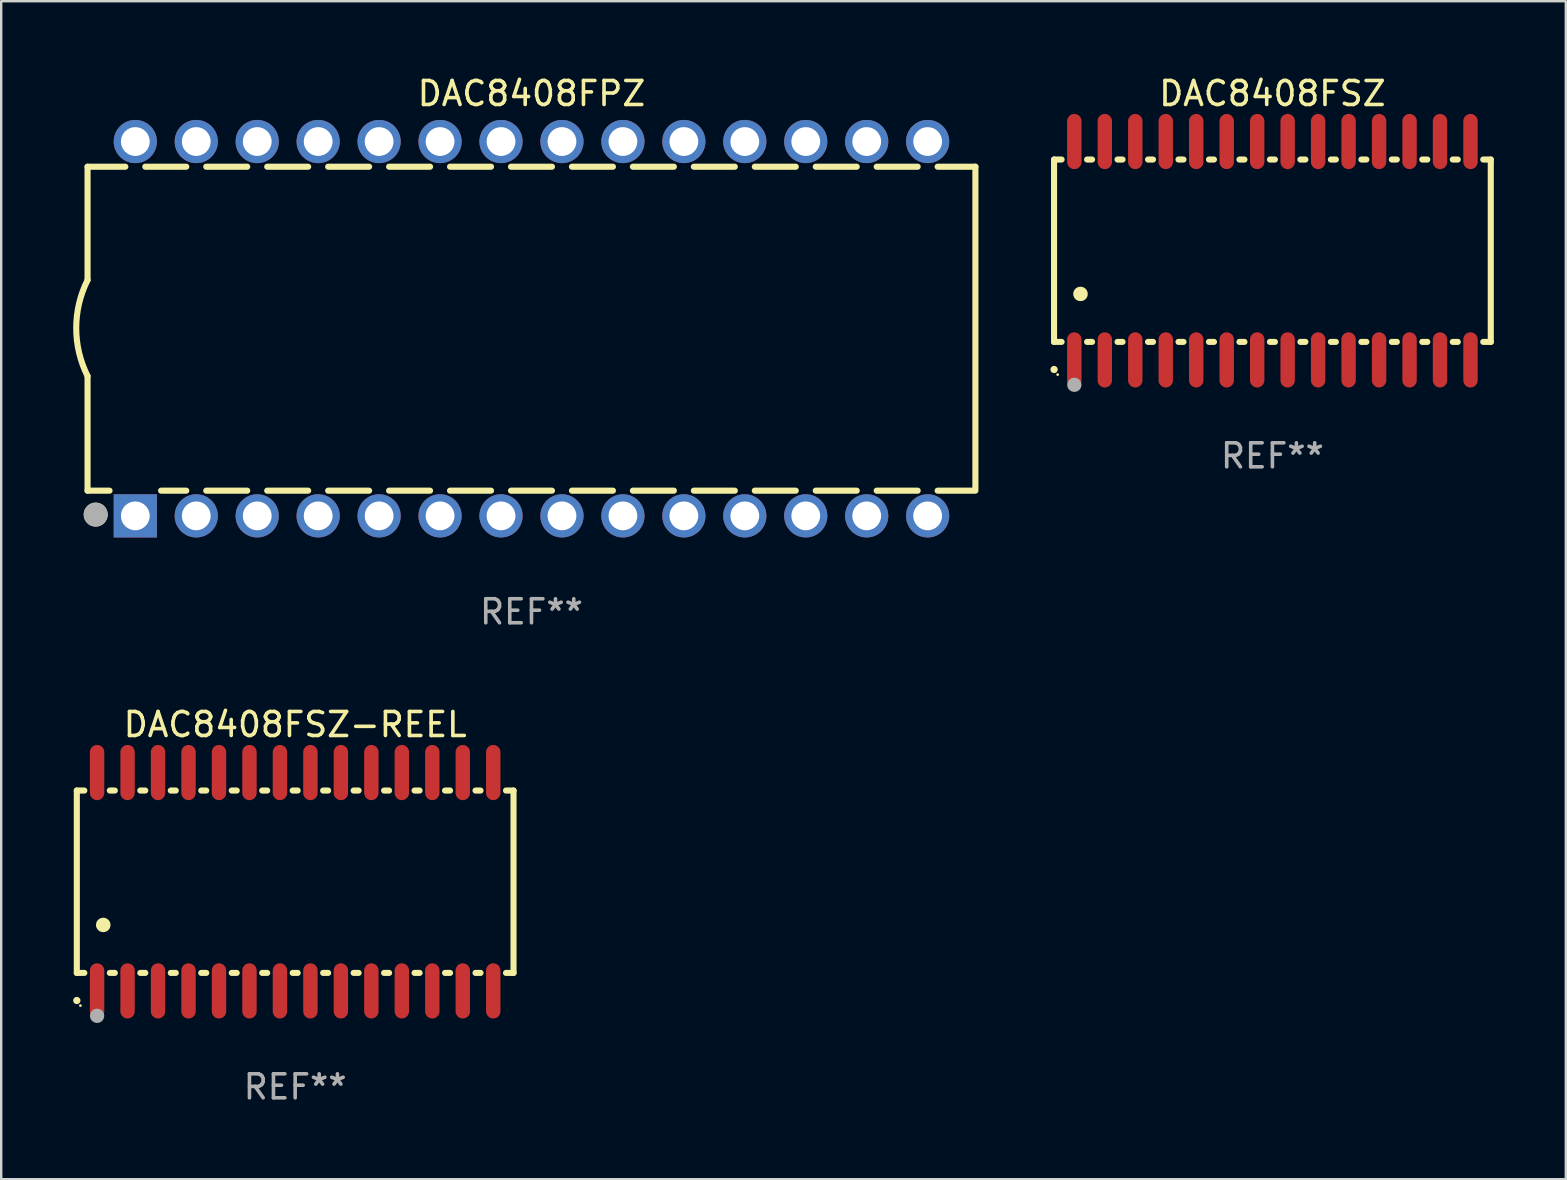
<source format=kicad_pcb>
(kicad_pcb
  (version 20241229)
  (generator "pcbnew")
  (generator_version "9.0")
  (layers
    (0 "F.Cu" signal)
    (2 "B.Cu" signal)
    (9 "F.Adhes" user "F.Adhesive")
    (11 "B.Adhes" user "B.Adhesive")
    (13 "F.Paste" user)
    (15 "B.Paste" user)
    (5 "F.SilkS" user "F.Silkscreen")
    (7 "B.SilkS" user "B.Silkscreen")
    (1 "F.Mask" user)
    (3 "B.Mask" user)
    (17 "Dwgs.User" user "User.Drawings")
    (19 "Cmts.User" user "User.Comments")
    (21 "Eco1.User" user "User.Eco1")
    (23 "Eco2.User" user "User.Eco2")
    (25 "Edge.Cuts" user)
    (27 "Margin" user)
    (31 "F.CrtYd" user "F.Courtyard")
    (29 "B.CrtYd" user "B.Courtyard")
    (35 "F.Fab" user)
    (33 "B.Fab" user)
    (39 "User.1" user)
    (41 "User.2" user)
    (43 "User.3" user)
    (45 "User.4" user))
  (footprint "DAC8408FSZ"
    (layer "F.Cu")
    (at 49.977 7.398)
    (property "Reference" "DAC8408FSZ" (at 0 -6.55 0) (layer "F.SilkS") (effects (font (size 1 1) (thickness 0.15))))
    (attr through_hole)
    (fp_line (start -9.1 -3.8) (end -9.1 3.8) (stroke (width 0.254) (type solid)) (layer "F.SilkS"))
    (fp_line (start -9.1 -3.8) (end -8.786 -3.8) (stroke (width 0.254) (type solid)) (layer "F.SilkS"))
    (fp_line (start -9.1 3.8) (end -8.786 3.8) (stroke (width 0.254) (type solid)) (layer "F.SilkS"))
    (fp_line (start -7.724 -3.8) (end -7.516 -3.8) (stroke (width 0.254) (type solid)) (layer "F.SilkS"))
    (fp_line (start -7.724 3.8) (end -7.516 3.8) (stroke (width 0.254) (type solid)) (layer "F.SilkS"))
    (fp_line (start -6.454 -3.8) (end -6.246 -3.8) (stroke (width 0.254) (type solid)) (layer "F.SilkS"))
    (fp_line (start -6.454 3.8) (end -6.246 3.8) (stroke (width 0.254) (type solid)) (layer "F.SilkS"))
    (fp_line (start -5.184 -3.8) (end -4.976 -3.8) (stroke (width 0.254) (type solid)) (layer "F.SilkS"))
    (fp_line (start -5.184 3.8) (end -4.976 3.8) (stroke (width 0.254) (type solid)) (layer "F.SilkS"))
    (fp_line (start -3.914 -3.8) (end -3.706 -3.8) (stroke (width 0.254) (type solid)) (layer "F.SilkS"))
    (fp_line (start -3.914 3.8) (end -3.706 3.8) (stroke (width 0.254) (type solid)) (layer "F.SilkS"))
    (fp_line (start -2.644 -3.8) (end -2.436 -3.8) (stroke (width 0.254) (type solid)) (layer "F.SilkS"))
    (fp_line (start -2.644 3.8) (end -2.436 3.8) (stroke (width 0.254) (type solid)) (layer "F.SilkS"))
    (fp_line (start -1.374 -3.8) (end -1.166 -3.8) (stroke (width 0.254) (type solid)) (layer "F.SilkS"))
    (fp_line (start -1.374 3.8) (end -1.166 3.8) (stroke (width 0.254) (type solid)) (layer "F.SilkS"))
    (fp_line (start -0.104 -3.8) (end 0.104 -3.8) (stroke (width 0.254) (type solid)) (layer "F.SilkS"))
    (fp_line (start -0.104 3.8) (end 0.104 3.8) (stroke (width 0.254) (type solid)) (layer "F.SilkS"))
    (fp_line (start 1.166 -3.8) (end 1.374 -3.8) (stroke (width 0.254) (type solid)) (layer "F.SilkS"))
    (fp_line (start 1.166 3.8) (end 1.374 3.8) (stroke (width 0.254) (type solid)) (layer "F.SilkS"))
    (fp_line (start 2.436 -3.8) (end 2.644 -3.8) (stroke (width 0.254) (type solid)) (layer "F.SilkS"))
    (fp_line (start 2.436 3.8) (end 2.644 3.8) (stroke (width 0.254) (type solid)) (layer "F.SilkS"))
    (fp_line (start 3.706 -3.8) (end 3.914 -3.8) (stroke (width 0.254) (type solid)) (layer "F.SilkS"))
    (fp_line (start 3.706 3.8) (end 3.914 3.8) (stroke (width 0.254) (type solid)) (layer "F.SilkS"))
    (fp_line (start 4.976 -3.8) (end 5.184 -3.8) (stroke (width 0.254) (type solid)) (layer "F.SilkS"))
    (fp_line (start 4.976 3.8) (end 5.184 3.8) (stroke (width 0.254) (type solid)) (layer "F.SilkS"))
    (fp_line (start 6.246 -3.8) (end 6.454 -3.8) (stroke (width 0.254) (type solid)) (layer "F.SilkS"))
    (fp_line (start 6.246 3.8) (end 6.454 3.8) (stroke (width 0.254) (type solid)) (layer "F.SilkS"))
    (fp_line (start 7.516 -3.8) (end 7.724 -3.8) (stroke (width 0.254) (type solid)) (layer "F.SilkS"))
    (fp_line (start 7.516 3.8) (end 7.724 3.8) (stroke (width 0.254) (type solid)) (layer "F.SilkS"))
    (fp_line (start 8.786 -3.8) (end 9.1 -3.8) (stroke (width 0.254) (type solid)) (layer "F.SilkS"))
    (fp_line (start 8.786 3.8) (end 9.1 3.8) (stroke (width 0.254) (type solid)) (layer "F.SilkS"))
    (fp_line (start 9.1 -3.8) (end 9.1 3.8) (stroke (width 0.254) (type solid)) (layer "F.SilkS"))
    (fp_arc (start -9.100864 4.95047) (mid -9.099594 4.950465) (end -9.098324 4.95047) (stroke (width 0.3) (type solid)) (layer "F.SilkS"))
    (fp_arc (start -8.001041 1.800864) (mid -7.998501 1.800853) (end -7.995961 1.800864) (stroke (width 0.6) (type solid)) (layer "F.SilkS"))
    (fp_circle (center -8.95 5.163) (end -8.92 5.163) (stroke (width 0.06) (type solid)) (fill no) (layer "F.SilkS"))
    (fp_circle (center -8.255 5.588) (end -8.105 5.588) (stroke (width 0.3) (type solid)) (fill no) (layer "F.Fab"))
    (fp_text user "REF**" (at 0 8.55 0) (layer "F.Fab") (effects (font (size 1 1) (thickness 0.15))))
    (pad "1" smd oval (at -8.255 4.55 180) (size 0.6 2.3) (layers "F.Cu" "F.Mask" "F.Paste"))
    (pad "2" smd oval (at -6.985 4.55 180) (size 0.6 2.3) (layers "F.Cu" "F.Mask" "F.Paste"))
    (pad "3" smd oval (at -5.715 4.55 180) (size 0.6 2.3) (layers "F.Cu" "F.Mask" "F.Paste"))
    (pad "4" smd oval (at -4.445 4.55 180) (size 0.6 2.3) (layers "F.Cu" "F.Mask" "F.Paste"))
    (pad "5" smd oval (at -3.175 4.55 180) (size 0.6 2.3) (layers "F.Cu" "F.Mask" "F.Paste"))
    (pad "6" smd oval (at -1.905 4.55 180) (size 0.6 2.3) (layers "F.Cu" "F.Mask" "F.Paste"))
    (pad "7" smd oval (at -0.635 4.55 180) (size 0.6 2.3) (layers "F.Cu" "F.Mask" "F.Paste"))
    (pad "8" smd oval (at 0.635 4.55 180) (size 0.6 2.3) (layers "F.Cu" "F.Mask" "F.Paste"))
    (pad "9" smd oval (at 1.905 4.55 180) (size 0.6 2.3) (layers "F.Cu" "F.Mask" "F.Paste"))
    (pad "10" smd oval (at 3.175 4.55 180) (size 0.6 2.3) (layers "F.Cu" "F.Mask" "F.Paste"))
    (pad "11" smd oval (at 4.445 4.55 180) (size 0.6 2.3) (layers "F.Cu" "F.Mask" "F.Paste"))
    (pad "12" smd oval (at 5.715 4.55 180) (size 0.6 2.3) (layers "F.Cu" "F.Mask" "F.Paste"))
    (pad "13" smd oval (at 6.985 4.55 180) (size 0.6 2.3) (layers "F.Cu" "F.Mask" "F.Paste"))
    (pad "14" smd oval (at 8.255 4.55 180) (size 0.6 2.3) (layers "F.Cu" "F.Mask" "F.Paste"))
    (pad "15" smd oval (at 8.255 -4.55 180) (size 0.6 2.3) (layers "F.Cu" "F.Mask" "F.Paste"))
    (pad "16" smd oval (at 6.985 -4.55 180) (size 0.6 2.3) (layers "F.Cu" "F.Mask" "F.Paste"))
    (pad "17" smd oval (at 5.715 -4.55 180) (size 0.6 2.3) (layers "F.Cu" "F.Mask" "F.Paste"))
    (pad "18" smd oval (at 4.445 -4.55 180) (size 0.6 2.3) (layers "F.Cu" "F.Mask" "F.Paste"))
    (pad "19" smd oval (at 3.175 -4.55 180) (size 0.6 2.3) (layers "F.Cu" "F.Mask" "F.Paste"))
    (pad "20" smd oval (at 1.905 -4.55 180) (size 0.6 2.3) (layers "F.Cu" "F.Mask" "F.Paste"))
    (pad "21" smd oval (at 0.635 -4.55 180) (size 0.6 2.3) (layers "F.Cu" "F.Mask" "F.Paste"))
    (pad "22" smd oval (at -0.635 -4.55 180) (size 0.6 2.3) (layers "F.Cu" "F.Mask" "F.Paste"))
    (pad "23" smd oval (at -1.905 -4.55 180) (size 0.6 2.3) (layers "F.Cu" "F.Mask" "F.Paste"))
    (pad "24" smd oval (at -3.175 -4.55 180) (size 0.6 2.3) (layers "F.Cu" "F.Mask" "F.Paste"))
    (pad "25" smd oval (at -4.445 -4.55 180) (size 0.6 2.3) (layers "F.Cu" "F.Mask" "F.Paste"))
    (pad "26" smd oval (at -5.715 -4.55 180) (size 0.6 2.3) (layers "F.Cu" "F.Mask" "F.Paste"))
    (pad "27" smd oval (at -6.985 -4.55 180) (size 0.6 2.3) (layers "F.Cu" "F.Mask" "F.Paste"))
    (pad "28" smd oval (at -8.255 -4.55 180) (size 0.6 2.3) (layers "F.Cu" "F.Mask" "F.Paste")))
  (footprint "DAC8408FSZ-REEL"
    (layer "F.Cu")
    (at 9.251 33.695)
    (property "Reference" "DAC8408FSZ-REEL" (at 0 -6.55 0) (layer "F.SilkS") (effects (font (size 1 1) (thickness 0.15))))
    (attr through_hole)
    (fp_line (start -9.1 -3.8) (end -9.1 3.8) (stroke (width 0.254) (type solid)) (layer "F.SilkS"))
    (fp_line (start -9.1 -3.8) (end -8.786 -3.8) (stroke (width 0.254) (type solid)) (layer "F.SilkS"))
    (fp_line (start -9.1 3.8) (end -8.786 3.8) (stroke (width 0.254) (type solid)) (layer "F.SilkS"))
    (fp_line (start -7.724 -3.8) (end -7.516 -3.8) (stroke (width 0.254) (type solid)) (layer "F.SilkS"))
    (fp_line (start -7.724 3.8) (end -7.516 3.8) (stroke (width 0.254) (type solid)) (layer "F.SilkS"))
    (fp_line (start -6.454 -3.8) (end -6.246 -3.8) (stroke (width 0.254) (type solid)) (layer "F.SilkS"))
    (fp_line (start -6.454 3.8) (end -6.246 3.8) (stroke (width 0.254) (type solid)) (layer "F.SilkS"))
    (fp_line (start -5.184 -3.8) (end -4.976 -3.8) (stroke (width 0.254) (type solid)) (layer "F.SilkS"))
    (fp_line (start -5.184 3.8) (end -4.976 3.8) (stroke (width 0.254) (type solid)) (layer "F.SilkS"))
    (fp_line (start -3.914 -3.8) (end -3.706 -3.8) (stroke (width 0.254) (type solid)) (layer "F.SilkS"))
    (fp_line (start -3.914 3.8) (end -3.706 3.8) (stroke (width 0.254) (type solid)) (layer "F.SilkS"))
    (fp_line (start -2.644 -3.8) (end -2.436 -3.8) (stroke (width 0.254) (type solid)) (layer "F.SilkS"))
    (fp_line (start -2.644 3.8) (end -2.436 3.8) (stroke (width 0.254) (type solid)) (layer "F.SilkS"))
    (fp_line (start -1.374 -3.8) (end -1.166 -3.8) (stroke (width 0.254) (type solid)) (layer "F.SilkS"))
    (fp_line (start -1.374 3.8) (end -1.166 3.8) (stroke (width 0.254) (type solid)) (layer "F.SilkS"))
    (fp_line (start -0.104 -3.8) (end 0.104 -3.8) (stroke (width 0.254) (type solid)) (layer "F.SilkS"))
    (fp_line (start -0.104 3.8) (end 0.104 3.8) (stroke (width 0.254) (type solid)) (layer "F.SilkS"))
    (fp_line (start 1.166 -3.8) (end 1.374 -3.8) (stroke (width 0.254) (type solid)) (layer "F.SilkS"))
    (fp_line (start 1.166 3.8) (end 1.374 3.8) (stroke (width 0.254) (type solid)) (layer "F.SilkS"))
    (fp_line (start 2.436 -3.8) (end 2.644 -3.8) (stroke (width 0.254) (type solid)) (layer "F.SilkS"))
    (fp_line (start 2.436 3.8) (end 2.644 3.8) (stroke (width 0.254) (type solid)) (layer "F.SilkS"))
    (fp_line (start 3.706 -3.8) (end 3.914 -3.8) (stroke (width 0.254) (type solid)) (layer "F.SilkS"))
    (fp_line (start 3.706 3.8) (end 3.914 3.8) (stroke (width 0.254) (type solid)) (layer "F.SilkS"))
    (fp_line (start 4.976 -3.8) (end 5.184 -3.8) (stroke (width 0.254) (type solid)) (layer "F.SilkS"))
    (fp_line (start 4.976 3.8) (end 5.184 3.8) (stroke (width 0.254) (type solid)) (layer "F.SilkS"))
    (fp_line (start 6.246 -3.8) (end 6.454 -3.8) (stroke (width 0.254) (type solid)) (layer "F.SilkS"))
    (fp_line (start 6.246 3.8) (end 6.454 3.8) (stroke (width 0.254) (type solid)) (layer "F.SilkS"))
    (fp_line (start 7.516 -3.8) (end 7.724 -3.8) (stroke (width 0.254) (type solid)) (layer "F.SilkS"))
    (fp_line (start 7.516 3.8) (end 7.724 3.8) (stroke (width 0.254) (type solid)) (layer "F.SilkS"))
    (fp_line (start 8.786 -3.8) (end 9.1 -3.8) (stroke (width 0.254) (type solid)) (layer "F.SilkS"))
    (fp_line (start 8.786 3.8) (end 9.1 3.8) (stroke (width 0.254) (type solid)) (layer "F.SilkS"))
    (fp_line (start 9.1 -3.8) (end 9.1 3.8) (stroke (width 0.254) (type solid)) (layer "F.SilkS"))
    (fp_arc (start -9.100864 4.95047) (mid -9.099594 4.950465) (end -9.098324 4.95047) (stroke (width 0.3) (type solid)) (layer "F.SilkS"))
    (fp_arc (start -8.001041 1.800864) (mid -7.998501 1.800853) (end -7.995961 1.800864) (stroke (width 0.6) (type solid)) (layer "F.SilkS"))
    (fp_circle (center -8.95 5.163) (end -8.92 5.163) (stroke (width 0.06) (type solid)) (fill no) (layer "F.SilkS"))
    (fp_circle (center -8.255 5.588) (end -8.105 5.588) (stroke (width 0.3) (type solid)) (fill no) (layer "F.Fab"))
    (fp_text user "REF**" (at 0 8.55 0) (layer "F.Fab") (effects (font (size 1 1) (thickness 0.15))))
    (pad "1" smd oval (at -8.255 4.55 180) (size 0.6 2.3) (layers "F.Cu" "F.Mask" "F.Paste"))
    (pad "2" smd oval (at -6.985 4.55 180) (size 0.6 2.3) (layers "F.Cu" "F.Mask" "F.Paste"))
    (pad "3" smd oval (at -5.715 4.55 180) (size 0.6 2.3) (layers "F.Cu" "F.Mask" "F.Paste"))
    (pad "4" smd oval (at -4.445 4.55 180) (size 0.6 2.3) (layers "F.Cu" "F.Mask" "F.Paste"))
    (pad "5" smd oval (at -3.175 4.55 180) (size 0.6 2.3) (layers "F.Cu" "F.Mask" "F.Paste"))
    (pad "6" smd oval (at -1.905 4.55 180) (size 0.6 2.3) (layers "F.Cu" "F.Mask" "F.Paste"))
    (pad "7" smd oval (at -0.635 4.55 180) (size 0.6 2.3) (layers "F.Cu" "F.Mask" "F.Paste"))
    (pad "8" smd oval (at 0.635 4.55 180) (size 0.6 2.3) (layers "F.Cu" "F.Mask" "F.Paste"))
    (pad "9" smd oval (at 1.905 4.55 180) (size 0.6 2.3) (layers "F.Cu" "F.Mask" "F.Paste"))
    (pad "10" smd oval (at 3.175 4.55 180) (size 0.6 2.3) (layers "F.Cu" "F.Mask" "F.Paste"))
    (pad "11" smd oval (at 4.445 4.55 180) (size 0.6 2.3) (layers "F.Cu" "F.Mask" "F.Paste"))
    (pad "12" smd oval (at 5.715 4.55 180) (size 0.6 2.3) (layers "F.Cu" "F.Mask" "F.Paste"))
    (pad "13" smd oval (at 6.985 4.55 180) (size 0.6 2.3) (layers "F.Cu" "F.Mask" "F.Paste"))
    (pad "14" smd oval (at 8.255 4.55 180) (size 0.6 2.3) (layers "F.Cu" "F.Mask" "F.Paste"))
    (pad "15" smd oval (at 8.255 -4.55 180) (size 0.6 2.3) (layers "F.Cu" "F.Mask" "F.Paste"))
    (pad "16" smd oval (at 6.985 -4.55 180) (size 0.6 2.3) (layers "F.Cu" "F.Mask" "F.Paste"))
    (pad "17" smd oval (at 5.715 -4.55 180) (size 0.6 2.3) (layers "F.Cu" "F.Mask" "F.Paste"))
    (pad "18" smd oval (at 4.445 -4.55 180) (size 0.6 2.3) (layers "F.Cu" "F.Mask" "F.Paste"))
    (pad "19" smd oval (at 3.175 -4.55 180) (size 0.6 2.3) (layers "F.Cu" "F.Mask" "F.Paste"))
    (pad "20" smd oval (at 1.905 -4.55 180) (size 0.6 2.3) (layers "F.Cu" "F.Mask" "F.Paste"))
    (pad "21" smd oval (at 0.635 -4.55 180) (size 0.6 2.3) (layers "F.Cu" "F.Mask" "F.Paste"))
    (pad "22" smd oval (at -0.635 -4.55 180) (size 0.6 2.3) (layers "F.Cu" "F.Mask" "F.Paste"))
    (pad "23" smd oval (at -1.905 -4.55 180) (size 0.6 2.3) (layers "F.Cu" "F.Mask" "F.Paste"))
    (pad "24" smd oval (at -3.175 -4.55 180) (size 0.6 2.3) (layers "F.Cu" "F.Mask" "F.Paste"))
    (pad "25" smd oval (at -4.445 -4.55 180) (size 0.6 2.3) (layers "F.Cu" "F.Mask" "F.Paste"))
    (pad "26" smd oval (at -5.715 -4.55 180) (size 0.6 2.3) (layers "F.Cu" "F.Mask" "F.Paste"))
    (pad "27" smd oval (at -6.985 -4.55 180) (size 0.6 2.3) (layers "F.Cu" "F.Mask" "F.Paste"))
    (pad "28" smd oval (at -8.255 -4.55 180) (size 0.6 2.3) (layers "F.Cu" "F.Mask" "F.Paste")))
  (footprint "DAC8408FPZ"
    (layer "F.Cu")
    (at 19.099 10.648)
    (property "Reference" "DAC8408FPZ" (at 0 -9.8 0) (layer "F.SilkS") (effects (font (size 1 1) (thickness 0.15))))
    (attr through_hole)
    (fp_line (start -18.5 -6.75) (end -18.5 -2.026) (stroke (width 0.254) (type solid)) (layer "F.SilkS"))
    (fp_line (start -18.5 -6.75) (end -16.926 -6.75) (stroke (width 0.254) (type solid)) (layer "F.SilkS"))
    (fp_line (start -18.5 6.75) (end -18.5 1.974) (stroke (width 0.254) (type solid)) (layer "F.SilkS"))
    (fp_line (start -18.5 6.75) (end -17.584 6.75) (stroke (width 0.254) (type solid)) (layer "F.SilkS"))
    (fp_line (start -16.094 -6.75) (end -14.386 -6.75) (stroke (width 0.254) (type solid)) (layer "F.SilkS"))
    (fp_line (start -15.436 6.75) (end -14.386 6.75) (stroke (width 0.254) (type solid)) (layer "F.SilkS"))
    (fp_line (start -13.554 -6.75) (end -11.846 -6.75) (stroke (width 0.254) (type solid)) (layer "F.SilkS"))
    (fp_line (start -13.554 6.75) (end -11.846 6.75) (stroke (width 0.254) (type solid)) (layer "F.SilkS"))
    (fp_line (start -11.014 -6.75) (end -9.306 -6.75) (stroke (width 0.254) (type solid)) (layer "F.SilkS"))
    (fp_line (start -11.014 6.75) (end -9.306 6.75) (stroke (width 0.254) (type solid)) (layer "F.SilkS"))
    (fp_line (start -8.474 -6.75) (end -6.766 -6.75) (stroke (width 0.254) (type solid)) (layer "F.SilkS"))
    (fp_line (start -8.474 6.75) (end -6.766 6.75) (stroke (width 0.254) (type solid)) (layer "F.SilkS"))
    (fp_line (start -5.934 -6.75) (end -4.226 -6.75) (stroke (width 0.254) (type solid)) (layer "F.SilkS"))
    (fp_line (start -5.934 6.75) (end -4.226 6.75) (stroke (width 0.254) (type solid)) (layer "F.SilkS"))
    (fp_line (start -3.394 -6.75) (end -1.686 -6.75) (stroke (width 0.254) (type solid)) (layer "F.SilkS"))
    (fp_line (start -3.394 6.75) (end -1.686 6.75) (stroke (width 0.254) (type solid)) (layer "F.SilkS"))
    (fp_line (start -0.854 -6.75) (end 0.854 -6.75) (stroke (width 0.254) (type solid)) (layer "F.SilkS"))
    (fp_line (start -0.854 6.75) (end 0.854 6.75) (stroke (width 0.254) (type solid)) (layer "F.SilkS"))
    (fp_line (start 1.686 -6.75) (end 3.394 -6.75) (stroke (width 0.254) (type solid)) (layer "F.SilkS"))
    (fp_line (start 1.686 6.75) (end 3.394 6.75) (stroke (width 0.254) (type solid)) (layer "F.SilkS"))
    (fp_line (start 4.226 -6.75) (end 5.934 -6.75) (stroke (width 0.254) (type solid)) (layer "F.SilkS"))
    (fp_line (start 4.226 6.75) (end 5.934 6.75) (stroke (width 0.254) (type solid)) (layer "F.SilkS"))
    (fp_line (start 6.766 -6.75) (end 8.474 -6.75) (stroke (width 0.254) (type solid)) (layer "F.SilkS"))
    (fp_line (start 6.766 6.75) (end 8.474 6.75) (stroke (width 0.254) (type solid)) (layer "F.SilkS"))
    (fp_line (start 9.306 -6.75) (end 11.014 -6.75) (stroke (width 0.254) (type solid)) (layer "F.SilkS"))
    (fp_line (start 9.306 6.75) (end 11.014 6.75) (stroke (width 0.254) (type solid)) (layer "F.SilkS"))
    (fp_line (start 11.846 -6.75) (end 13.554 -6.75) (stroke (width 0.254) (type solid)) (layer "F.SilkS"))
    (fp_line (start 11.846 6.75) (end 13.554 6.75) (stroke (width 0.254) (type solid)) (layer "F.SilkS"))
    (fp_line (start 14.386 -6.75) (end 16.094 -6.75) (stroke (width 0.254) (type solid)) (layer "F.SilkS"))
    (fp_line (start 14.386 6.75) (end 16.094 6.75) (stroke (width 0.254) (type solid)) (layer "F.SilkS"))
    (fp_line (start 16.926 -6.75) (end 18.5 -6.75) (stroke (width 0.254) (type solid)) (layer "F.SilkS"))
    (fp_line (start 16.926 6.75) (end 18.415 6.75) (stroke (width 0.254) (type solid)) (layer "F.SilkS"))
    (fp_line (start 18.5 6.75) (end 18.5 -6.75) (stroke (width 0.254) (type solid)) (layer "F.SilkS"))
    (fp_arc (start -18.500051 1.974384) (mid -18.972187 -0.025616) (end -18.500051 -2.025616) (stroke (width 0.254001) (type solid)) (layer "F.SilkS"))
    (fp_circle (center -18.5 7.8) (end -18.47 7.8) (stroke (width 0.06) (type solid)) (fill no) (layer "F.SilkS"))
    (fp_circle (center -18.161 7.747) (end -17.911 7.747) (stroke (width 0.5) (type solid)) (fill no) (layer "F.SilkS"))
    (fp_circle (center -18.161 7.747) (end -17.911 7.747) (stroke (width 0.5) (type solid)) (fill no) (layer "F.Fab"))
    (fp_text user "REF**" (at 0 11.8 0) (layer "F.Fab") (effects (font (size 1 1) (thickness 0.15))))
    (pad "1" thru_hole rect (at -16.51 7.8) (size 1.8 1.8) (drill 1.2) (layers "*.Cu" "*.Mask"))
    (pad "2" thru_hole circle (at -13.97 7.8) (size 1.8 1.8) (drill 1.2) (layers "*.Cu" "*.Mask"))
    (pad "3" thru_hole circle (at -11.43 7.8) (size 1.8 1.8) (drill 1.2) (layers "*.Cu" "*.Mask"))
    (pad "4" thru_hole circle (at -8.89 7.8) (size 1.8 1.8) (drill 1.2) (layers "*.Cu" "*.Mask"))
    (pad "5" thru_hole circle (at -6.35 7.8) (size 1.8 1.8) (drill 1.2) (layers "*.Cu" "*.Mask"))
    (pad "6" thru_hole circle (at -3.81 7.8) (size 1.8 1.8) (drill 1.2) (layers "*.Cu" "*.Mask"))
    (pad "7" thru_hole circle (at -1.27 7.8) (size 1.8 1.8) (drill 1.2) (layers "*.Cu" "*.Mask"))
    (pad "8" thru_hole circle (at 1.27 7.8) (size 1.8 1.8) (drill 1.2) (layers "*.Cu" "*.Mask"))
    (pad "9" thru_hole circle (at 3.81 7.8) (size 1.8 1.8) (drill 1.2) (layers "*.Cu" "*.Mask"))
    (pad "10" thru_hole circle (at 6.35 7.8) (size 1.8 1.8) (drill 1.2) (layers "*.Cu" "*.Mask"))
    (pad "11" thru_hole circle (at 8.89 7.8) (size 1.8 1.8) (drill 1.2) (layers "*.Cu" "*.Mask"))
    (pad "12" thru_hole circle (at 11.43 7.8) (size 1.8 1.8) (drill 1.2) (layers "*.Cu" "*.Mask"))
    (pad "13" thru_hole circle (at 13.97 7.8) (size 1.8 1.8) (drill 1.2) (layers "*.Cu" "*.Mask"))
    (pad "14" thru_hole circle (at 16.51 7.8) (size 1.8 1.8) (drill 1.2) (layers "*.Cu" "*.Mask"))
    (pad "15" thru_hole circle (at 16.51 -7.8) (size 1.8 1.8) (drill 1.2) (layers "*.Cu" "*.Mask"))
    (pad "16" thru_hole circle (at 13.97 -7.8) (size 1.8 1.8) (drill 1.2) (layers "*.Cu" "*.Mask"))
    (pad "17" thru_hole circle (at 11.43 -7.8) (size 1.8 1.8) (drill 1.2) (layers "*.Cu" "*.Mask"))
    (pad "18" thru_hole circle (at 8.89 -7.8) (size 1.8 1.8) (drill 1.2) (layers "*.Cu" "*.Mask"))
    (pad "19" thru_hole circle (at 6.35 -7.8) (size 1.8 1.8) (drill 1.2) (layers "*.Cu" "*.Mask"))
    (pad "20" thru_hole circle (at 3.81 -7.8) (size 1.8 1.8) (drill 1.2) (layers "*.Cu" "*.Mask"))
    (pad "21" thru_hole circle (at 1.27 -7.8) (size 1.8 1.8) (drill 1.2) (layers "*.Cu" "*.Mask"))
    (pad "22" thru_hole circle (at -1.27 -7.8) (size 1.8 1.8) (drill 1.2) (layers "*.Cu" "*.Mask"))
    (pad "23" thru_hole circle (at -3.81 -7.8) (size 1.8 1.8) (drill 1.2) (layers "*.Cu" "*.Mask"))
    (pad "24" thru_hole circle (at -6.35 -7.8) (size 1.8 1.8) (drill 1.2) (layers "*.Cu" "*.Mask"))
    (pad "25" thru_hole circle (at -8.89 -7.8) (size 1.8 1.8) (drill 1.2) (layers "*.Cu" "*.Mask"))
    (pad "26" thru_hole circle (at -11.43 -7.8) (size 1.8 1.8) (drill 1.2) (layers "*.Cu" "*.Mask"))
    (pad "27" thru_hole circle (at -13.97 -7.8) (size 1.8 1.8) (drill 1.2) (layers "*.Cu" "*.Mask"))
    (pad "28" thru_hole circle (at -16.51 -7.8) (size 1.8 1.8) (drill 1.2) (layers "*.Cu" "*.Mask")))
  (gr_rect
    (start -3 -3)
    (end 62.204 46.093)
    (stroke (width 0.1) (type default))
    (fill no)
    (layer "Edge.Cuts")))
</source>
